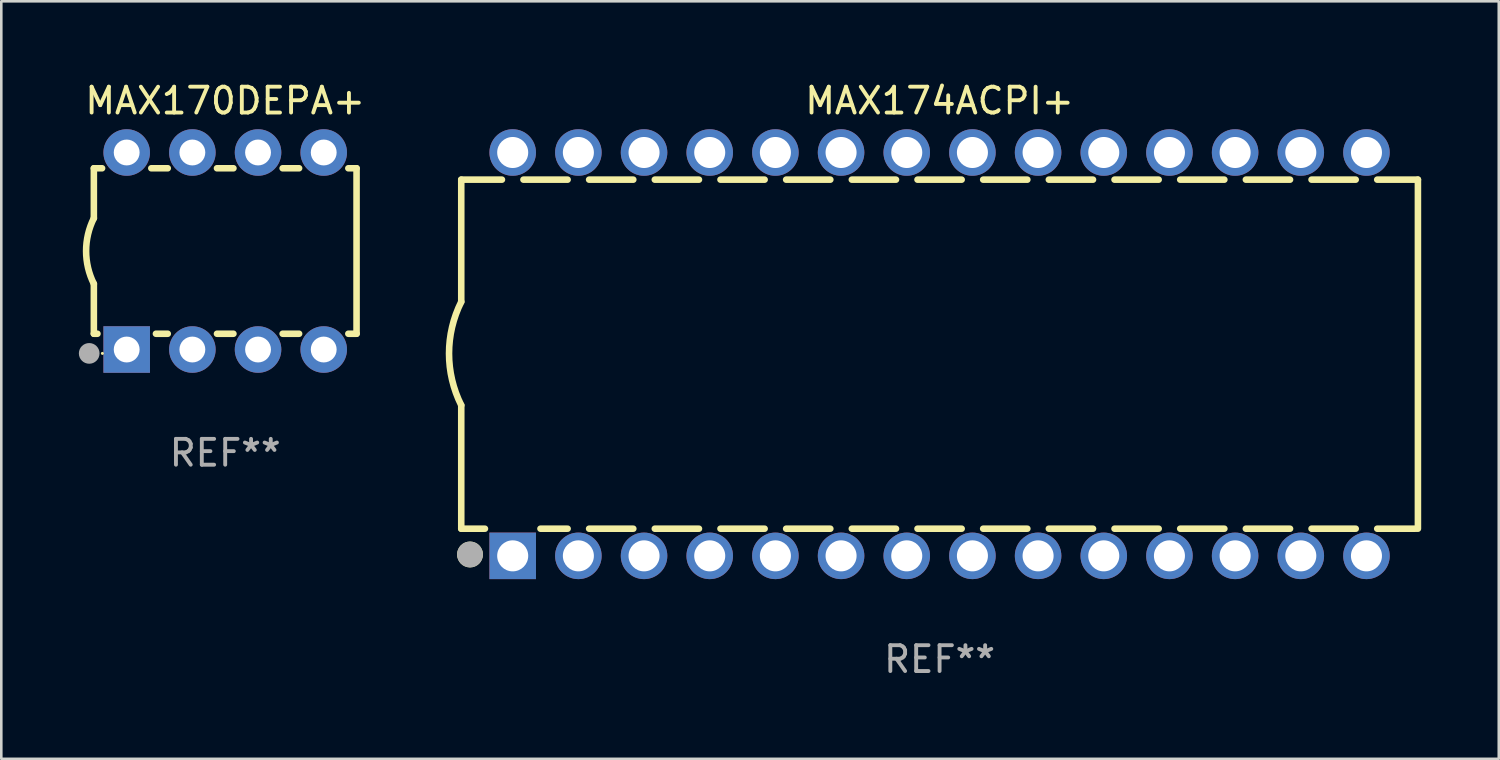
<source format=kicad_pcb>
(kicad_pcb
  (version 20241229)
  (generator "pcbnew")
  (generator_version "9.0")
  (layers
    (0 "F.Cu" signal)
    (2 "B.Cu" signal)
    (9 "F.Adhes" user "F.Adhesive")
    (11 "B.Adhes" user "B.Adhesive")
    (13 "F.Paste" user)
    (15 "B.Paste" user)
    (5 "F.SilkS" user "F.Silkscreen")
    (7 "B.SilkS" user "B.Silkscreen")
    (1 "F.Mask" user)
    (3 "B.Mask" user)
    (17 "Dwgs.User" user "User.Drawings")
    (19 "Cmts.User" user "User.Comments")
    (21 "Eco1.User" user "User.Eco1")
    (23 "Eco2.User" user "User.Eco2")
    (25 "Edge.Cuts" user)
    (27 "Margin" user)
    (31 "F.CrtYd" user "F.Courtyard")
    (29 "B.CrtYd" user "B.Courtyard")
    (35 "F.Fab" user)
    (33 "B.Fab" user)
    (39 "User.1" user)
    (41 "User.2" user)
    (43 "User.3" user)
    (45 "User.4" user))
  (footprint "MAX174ACPI+"
    (layer "F.Cu")
    (at 33.289 10.648)
    (property "Reference" "MAX174ACPI+" (at 0 -9.8 0) (layer "F.SilkS") (effects (font (size 1 1) (thickness 0.15))))
    (attr through_hole)
    (fp_line (start -18.5 -6.75) (end -18.5 -2.026) (stroke (width 0.254) (type solid)) (layer "F.SilkS"))
    (fp_line (start -18.5 -6.75) (end -16.926 -6.75) (stroke (width 0.254) (type solid)) (layer "F.SilkS"))
    (fp_line (start -18.5 6.75) (end -18.5 1.974) (stroke (width 0.254) (type solid)) (layer "F.SilkS"))
    (fp_line (start -18.5 6.75) (end -17.584 6.75) (stroke (width 0.254) (type solid)) (layer "F.SilkS"))
    (fp_line (start -16.094 -6.75) (end -14.386 -6.75) (stroke (width 0.254) (type solid)) (layer "F.SilkS"))
    (fp_line (start -15.436 6.75) (end -14.386 6.75) (stroke (width 0.254) (type solid)) (layer "F.SilkS"))
    (fp_line (start -13.554 -6.75) (end -11.846 -6.75) (stroke (width 0.254) (type solid)) (layer "F.SilkS"))
    (fp_line (start -13.554 6.75) (end -11.846 6.75) (stroke (width 0.254) (type solid)) (layer "F.SilkS"))
    (fp_line (start -11.014 -6.75) (end -9.306 -6.75) (stroke (width 0.254) (type solid)) (layer "F.SilkS"))
    (fp_line (start -11.014 6.75) (end -9.306 6.75) (stroke (width 0.254) (type solid)) (layer "F.SilkS"))
    (fp_line (start -8.474 -6.75) (end -6.766 -6.75) (stroke (width 0.254) (type solid)) (layer "F.SilkS"))
    (fp_line (start -8.474 6.75) (end -6.766 6.75) (stroke (width 0.254) (type solid)) (layer "F.SilkS"))
    (fp_line (start -5.934 -6.75) (end -4.226 -6.75) (stroke (width 0.254) (type solid)) (layer "F.SilkS"))
    (fp_line (start -5.934 6.75) (end -4.226 6.75) (stroke (width 0.254) (type solid)) (layer "F.SilkS"))
    (fp_line (start -3.394 -6.75) (end -1.686 -6.75) (stroke (width 0.254) (type solid)) (layer "F.SilkS"))
    (fp_line (start -3.394 6.75) (end -1.686 6.75) (stroke (width 0.254) (type solid)) (layer "F.SilkS"))
    (fp_line (start -0.854 -6.75) (end 0.854 -6.75) (stroke (width 0.254) (type solid)) (layer "F.SilkS"))
    (fp_line (start -0.854 6.75) (end 0.854 6.75) (stroke (width 0.254) (type solid)) (layer "F.SilkS"))
    (fp_line (start 1.686 -6.75) (end 3.394 -6.75) (stroke (width 0.254) (type solid)) (layer "F.SilkS"))
    (fp_line (start 1.686 6.75) (end 3.394 6.75) (stroke (width 0.254) (type solid)) (layer "F.SilkS"))
    (fp_line (start 4.226 -6.75) (end 5.934 -6.75) (stroke (width 0.254) (type solid)) (layer "F.SilkS"))
    (fp_line (start 4.226 6.75) (end 5.934 6.75) (stroke (width 0.254) (type solid)) (layer "F.SilkS"))
    (fp_line (start 6.766 -6.75) (end 8.474 -6.75) (stroke (width 0.254) (type solid)) (layer "F.SilkS"))
    (fp_line (start 6.766 6.75) (end 8.474 6.75) (stroke (width 0.254) (type solid)) (layer "F.SilkS"))
    (fp_line (start 9.306 -6.75) (end 11.014 -6.75) (stroke (width 0.254) (type solid)) (layer "F.SilkS"))
    (fp_line (start 9.306 6.75) (end 11.014 6.75) (stroke (width 0.254) (type solid)) (layer "F.SilkS"))
    (fp_line (start 11.846 -6.75) (end 13.554 -6.75) (stroke (width 0.254) (type solid)) (layer "F.SilkS"))
    (fp_line (start 11.846 6.75) (end 13.554 6.75) (stroke (width 0.254) (type solid)) (layer "F.SilkS"))
    (fp_line (start 14.386 -6.75) (end 16.094 -6.75) (stroke (width 0.254) (type solid)) (layer "F.SilkS"))
    (fp_line (start 14.386 6.75) (end 16.094 6.75) (stroke (width 0.254) (type solid)) (layer "F.SilkS"))
    (fp_line (start 16.926 -6.75) (end 18.5 -6.75) (stroke (width 0.254) (type solid)) (layer "F.SilkS"))
    (fp_line (start 16.926 6.75) (end 18.415 6.75) (stroke (width 0.254) (type solid)) (layer "F.SilkS"))
    (fp_line (start 18.5 6.75) (end 18.5 -6.75) (stroke (width 0.254) (type solid)) (layer "F.SilkS"))
    (fp_arc (start -18.500051 1.974384) (mid -18.972187 -0.025616) (end -18.500051 -2.025616) (stroke (width 0.254001) (type solid)) (layer "F.SilkS"))
    (fp_circle (center -18.5 7.8) (end -18.47 7.8) (stroke (width 0.06) (type solid)) (fill no) (layer "F.SilkS"))
    (fp_circle (center -18.161 7.747) (end -17.911 7.747) (stroke (width 0.5) (type solid)) (fill no) (layer "F.SilkS"))
    (fp_circle (center -18.161 7.747) (end -17.911 7.747) (stroke (width 0.5) (type solid)) (fill no) (layer "F.Fab"))
    (fp_text user "REF**" (at 0 11.8 0) (layer "F.Fab") (effects (font (size 1 1) (thickness 0.15))))
    (pad "1" thru_hole rect (at -16.51 7.8) (size 1.8 1.8) (drill 1.2) (layers "*.Cu" "*.Mask"))
    (pad "2" thru_hole circle (at -13.97 7.8) (size 1.8 1.8) (drill 1.2) (layers "*.Cu" "*.Mask"))
    (pad "3" thru_hole circle (at -11.43 7.8) (size 1.8 1.8) (drill 1.2) (layers "*.Cu" "*.Mask"))
    (pad "4" thru_hole circle (at -8.89 7.8) (size 1.8 1.8) (drill 1.2) (layers "*.Cu" "*.Mask"))
    (pad "5" thru_hole circle (at -6.35 7.8) (size 1.8 1.8) (drill 1.2) (layers "*.Cu" "*.Mask"))
    (pad "6" thru_hole circle (at -3.81 7.8) (size 1.8 1.8) (drill 1.2) (layers "*.Cu" "*.Mask"))
    (pad "7" thru_hole circle (at -1.27 7.8) (size 1.8 1.8) (drill 1.2) (layers "*.Cu" "*.Mask"))
    (pad "8" thru_hole circle (at 1.27 7.8) (size 1.8 1.8) (drill 1.2) (layers "*.Cu" "*.Mask"))
    (pad "9" thru_hole circle (at 3.81 7.8) (size 1.8 1.8) (drill 1.2) (layers "*.Cu" "*.Mask"))
    (pad "10" thru_hole circle (at 6.35 7.8) (size 1.8 1.8) (drill 1.2) (layers "*.Cu" "*.Mask"))
    (pad "11" thru_hole circle (at 8.89 7.8) (size 1.8 1.8) (drill 1.2) (layers "*.Cu" "*.Mask"))
    (pad "12" thru_hole circle (at 11.43 7.8) (size 1.8 1.8) (drill 1.2) (layers "*.Cu" "*.Mask"))
    (pad "13" thru_hole circle (at 13.97 7.8) (size 1.8 1.8) (drill 1.2) (layers "*.Cu" "*.Mask"))
    (pad "14" thru_hole circle (at 16.51 7.8) (size 1.8 1.8) (drill 1.2) (layers "*.Cu" "*.Mask"))
    (pad "15" thru_hole circle (at 16.51 -7.8) (size 1.8 1.8) (drill 1.2) (layers "*.Cu" "*.Mask"))
    (pad "16" thru_hole circle (at 13.97 -7.8) (size 1.8 1.8) (drill 1.2) (layers "*.Cu" "*.Mask"))
    (pad "17" thru_hole circle (at 11.43 -7.8) (size 1.8 1.8) (drill 1.2) (layers "*.Cu" "*.Mask"))
    (pad "18" thru_hole circle (at 8.89 -7.8) (size 1.8 1.8) (drill 1.2) (layers "*.Cu" "*.Mask"))
    (pad "19" thru_hole circle (at 6.35 -7.8) (size 1.8 1.8) (drill 1.2) (layers "*.Cu" "*.Mask"))
    (pad "20" thru_hole circle (at 3.81 -7.8) (size 1.8 1.8) (drill 1.2) (layers "*.Cu" "*.Mask"))
    (pad "21" thru_hole circle (at 1.27 -7.8) (size 1.8 1.8) (drill 1.2) (layers "*.Cu" "*.Mask"))
    (pad "22" thru_hole circle (at -1.27 -7.8) (size 1.8 1.8) (drill 1.2) (layers "*.Cu" "*.Mask"))
    (pad "23" thru_hole circle (at -3.81 -7.8) (size 1.8 1.8) (drill 1.2) (layers "*.Cu" "*.Mask"))
    (pad "24" thru_hole circle (at -6.35 -7.8) (size 1.8 1.8) (drill 1.2) (layers "*.Cu" "*.Mask"))
    (pad "25" thru_hole circle (at -8.89 -7.8) (size 1.8 1.8) (drill 1.2) (layers "*.Cu" "*.Mask"))
    (pad "26" thru_hole circle (at -11.43 -7.8) (size 1.8 1.8) (drill 1.2) (layers "*.Cu" "*.Mask"))
    (pad "27" thru_hole circle (at -13.97 -7.8) (size 1.8 1.8) (drill 1.2) (layers "*.Cu" "*.Mask"))
    (pad "28" thru_hole circle (at -16.51 -7.8) (size 1.8 1.8) (drill 1.2) (layers "*.Cu" "*.Mask")))
  (footprint "MAX170DEPA+"
    (layer "F.Cu")
    (at 5.66 6.658)
    (property "Reference" "MAX170DEPA+" (at 0 -5.81 0) (layer "F.SilkS") (effects (font (size 1 1) (thickness 0.15))))
    (attr through_hole)
    (fp_line (start -5.08 -3.2) (end -4.762 -3.2) (stroke (width 0.254) (type solid)) (layer "F.SilkS"))
    (fp_line (start -5.08 -1.27) (end -5.08 -3.2) (stroke (width 0.254) (type solid)) (layer "F.SilkS"))
    (fp_line (start -5.08 3.2) (end -5.08 1.27) (stroke (width 0.254) (type solid)) (layer "F.SilkS"))
    (fp_line (start -5.08 3.2) (end -4.941 3.2) (stroke (width 0.254) (type solid)) (layer "F.SilkS"))
    (fp_line (start -2.858 -3.2) (end -2.222 -3.2) (stroke (width 0.254) (type solid)) (layer "F.SilkS"))
    (fp_line (start -2.679 3.2) (end -2.222 3.2) (stroke (width 0.254) (type solid)) (layer "F.SilkS"))
    (fp_line (start -0.318 -3.2) (end 0.318 -3.2) (stroke (width 0.254) (type solid)) (layer "F.SilkS"))
    (fp_line (start -0.318 3.2) (end 0.318 3.2) (stroke (width 0.254) (type solid)) (layer "F.SilkS"))
    (fp_line (start 2.222 -3.2) (end 2.858 -3.2) (stroke (width 0.254) (type solid)) (layer "F.SilkS"))
    (fp_line (start 2.222 3.2) (end 2.858 3.2) (stroke (width 0.254) (type solid)) (layer "F.SilkS"))
    (fp_line (start 4.762 -3.2) (end 5.08 -3.2) (stroke (width 0.254) (type solid)) (layer "F.SilkS"))
    (fp_line (start 4.762 3.2) (end 5.08 3.2) (stroke (width 0.254) (type solid)) (layer "F.SilkS"))
    (fp_line (start 5.08 3.2) (end 5.08 -3.2) (stroke (width 0.254) (type solid)) (layer "F.SilkS"))
    (fp_arc (start -5.080011 1.270002) (mid -5.379818 -0.000001) (end -5.08001 -1.270003) (stroke (width 0.254001) (type solid)) (layer "F.SilkS"))
    (fp_circle (center -4.75 3.96) (end -4.72 3.96) (stroke (width 0.06) (type solid)) (fill no) (layer "F.SilkS"))
    (fp_circle (center -5.26 3.96) (end -5.06 3.96) (stroke (width 0.4) (type solid)) (fill no) (layer "F.Fab"))
    (fp_text user "REF**" (at 0 7.81 0) (layer "F.Fab") (effects (font (size 1 1) (thickness 0.15))))
    (pad "1" thru_hole rect (at -3.81 3.81) (size 1.8 1.8) (drill 1) (layers "*.Cu" "*.Mask"))
    (pad "2" thru_hole circle (at -1.27 3.81) (size 1.8 1.8) (drill 1) (layers "*.Cu" "*.Mask"))
    (pad "3" thru_hole circle (at 1.27 3.81) (size 1.8 1.8) (drill 1) (layers "*.Cu" "*.Mask"))
    (pad "4" thru_hole circle (at 3.81 3.81) (size 1.8 1.8) (drill 1) (layers "*.Cu" "*.Mask"))
    (pad "5" thru_hole circle (at 3.81 -3.81) (size 1.8 1.8) (drill 1) (layers "*.Cu" "*.Mask"))
    (pad "6" thru_hole circle (at 1.27 -3.81) (size 1.8 1.8) (drill 1) (layers "*.Cu" "*.Mask"))
    (pad "7" thru_hole circle (at -1.27 -3.81) (size 1.8 1.8) (drill 1) (layers "*.Cu" "*.Mask"))
    (pad "8" thru_hole circle (at -3.81 -3.81) (size 1.8 1.8) (drill 1) (layers "*.Cu" "*.Mask")))
  (gr_rect
    (start -3 -3)
    (end 54.916 26.297)
    (stroke (width 0.1) (type default))
    (fill no)
    (layer "Edge.Cuts")))
</source>
